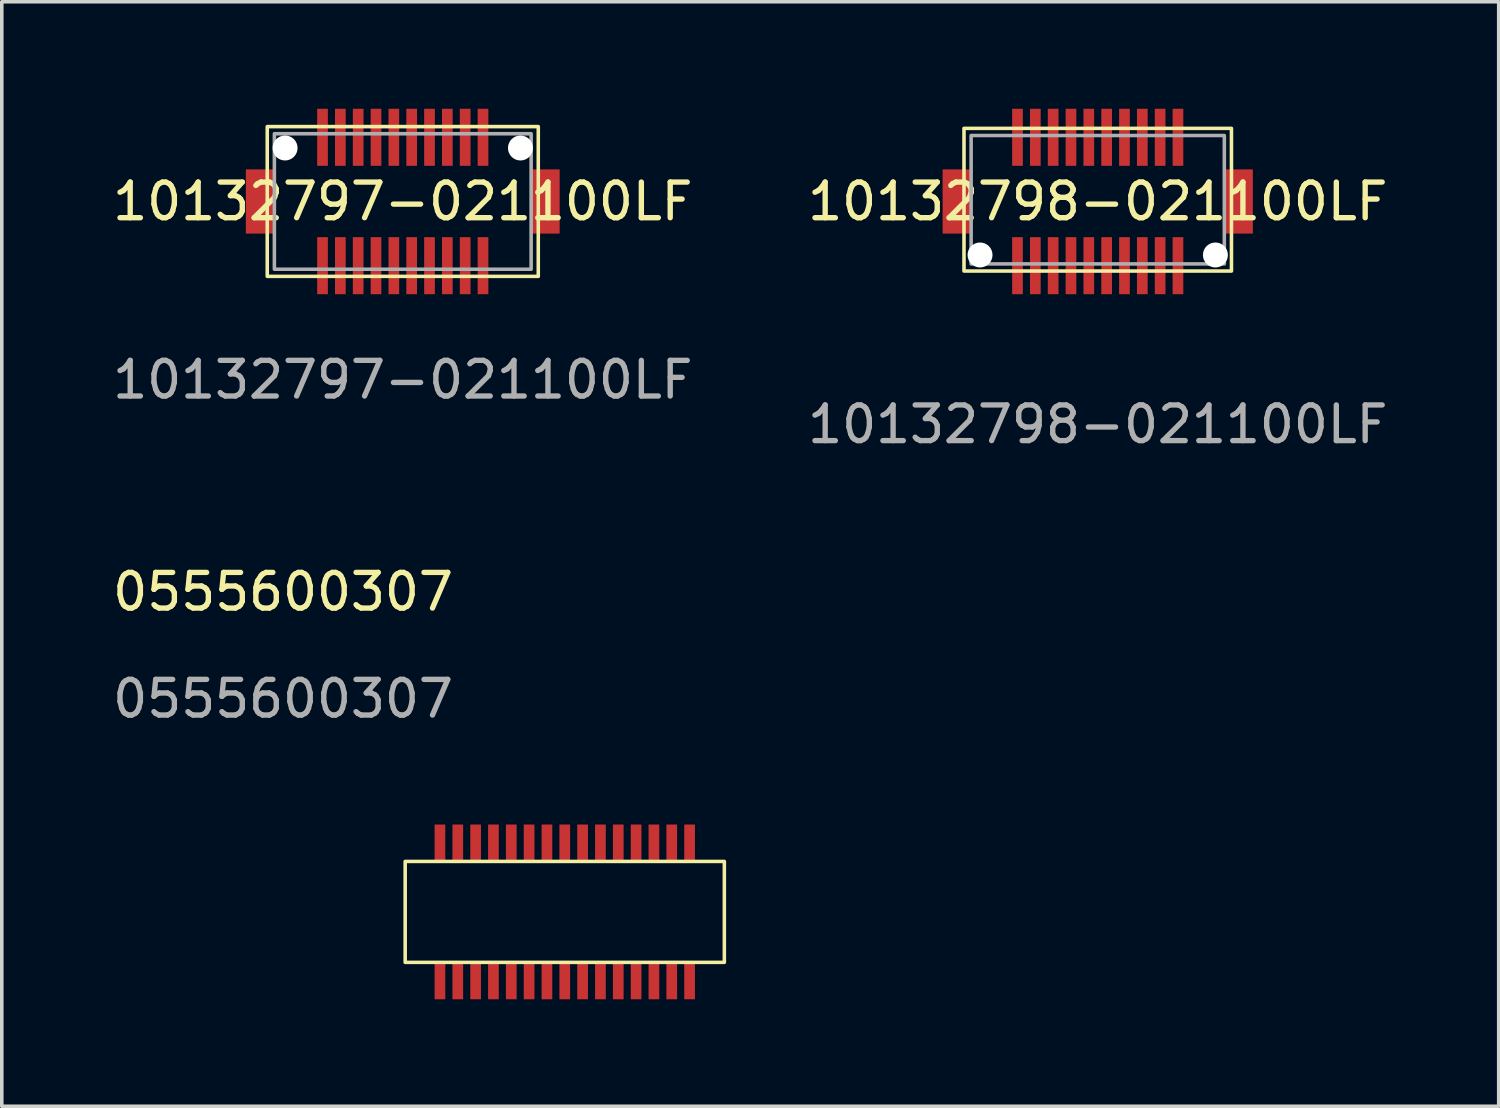
<source format=kicad_pcb>
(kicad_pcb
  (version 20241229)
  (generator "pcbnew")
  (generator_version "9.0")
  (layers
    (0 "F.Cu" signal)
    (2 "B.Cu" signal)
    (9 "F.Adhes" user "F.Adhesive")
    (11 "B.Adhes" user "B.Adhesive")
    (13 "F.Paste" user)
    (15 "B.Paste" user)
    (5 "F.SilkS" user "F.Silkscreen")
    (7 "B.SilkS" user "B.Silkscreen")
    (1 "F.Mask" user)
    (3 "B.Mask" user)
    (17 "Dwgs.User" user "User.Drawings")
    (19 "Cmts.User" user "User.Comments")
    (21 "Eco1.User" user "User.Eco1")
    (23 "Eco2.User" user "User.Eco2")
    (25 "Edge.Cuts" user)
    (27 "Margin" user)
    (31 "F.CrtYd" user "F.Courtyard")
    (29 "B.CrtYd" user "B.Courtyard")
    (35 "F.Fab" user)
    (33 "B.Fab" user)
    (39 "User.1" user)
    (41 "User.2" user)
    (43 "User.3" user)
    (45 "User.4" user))
  (footprint "10132797-021100LF"
    (layer "F.Cu")
    (at 8.244 2.6)
    (property "Reference" "10132797-021100LF" (at 0 0 0) (unlocked yes) (layer "F.SilkS") (effects (font (size 1 1) (thickness 0.15))))
    (attr smd)
    (fp_rect (start -3.8 2.1) (end 3.8 -2.1) (stroke (width 0.1) (type solid)) (fill no) (layer "F.SilkS"))
    (fp_rect (start -3.6 1.9) (end 3.6 -1.9) (stroke (width 0.1) (type solid)) (fill no) (layer "F.Fab"))
    (fp_text user "${REFERENCE}" (at 0 5 0) (unlocked yes) (layer "F.Fab") (effects (font (size 1 1) (thickness 0.15))))
    (pad "" np_thru_hole circle (at -3.3 -1.5) (size 0.7 0.7) (drill 0.7) (layers "*.Cu" "*.Mask"))
    (pad "" np_thru_hole circle (at 3.3 -1.5) (size 0.7 0.7) (drill 0.7) (layers "*.Cu" "*.Mask"))
    (pad "1" smd rect (at -2.25 1.8) (size 0.3 1.6) (layers "F.Cu" "F.Mask" "F.Paste"))
    (pad "2" smd rect (at -1.75 1.8) (size 0.3 1.6) (layers "F.Cu" "F.Mask" "F.Paste"))
    (pad "3" smd rect (at -1.25 1.8) (size 0.3 1.6) (layers "F.Cu" "F.Mask" "F.Paste"))
    (pad "4" smd rect (at -0.75 1.8) (size 0.3 1.6) (layers "F.Cu" "F.Mask" "F.Paste"))
    (pad "5" smd rect (at -0.25 1.8) (size 0.3 1.6) (layers "F.Cu" "F.Mask" "F.Paste"))
    (pad "6" smd rect (at 0.25 1.8) (size 0.3 1.6) (layers "F.Cu" "F.Mask" "F.Paste"))
    (pad "7" smd rect (at 0.75 1.8) (size 0.3 1.6) (layers "F.Cu" "F.Mask" "F.Paste"))
    (pad "8" smd rect (at 1.25 1.8) (size 0.3 1.6) (layers "F.Cu" "F.Mask" "F.Paste"))
    (pad "9" smd rect (at 1.75 1.8) (size 0.3 1.6) (layers "F.Cu" "F.Mask" "F.Paste"))
    (pad "10" smd rect (at 2.25 1.8) (size 0.3 1.6) (layers "F.Cu" "F.Mask" "F.Paste"))
    (pad "11" smd rect (at 2.25 -1.8) (size 0.3 1.6) (layers "F.Cu" "F.Mask" "F.Paste"))
    (pad "12" smd rect (at 1.75 -1.8) (size 0.3 1.6) (layers "F.Cu" "F.Mask" "F.Paste"))
    (pad "13" smd rect (at 1.25 -1.8) (size 0.3 1.6) (layers "F.Cu" "F.Mask" "F.Paste"))
    (pad "14" smd rect (at 0.75 -1.8) (size 0.3 1.6) (layers "F.Cu" "F.Mask" "F.Paste"))
    (pad "15" smd rect (at 0.25 -1.8) (size 0.3 1.6) (layers "F.Cu" "F.Mask" "F.Paste"))
    (pad "16" smd rect (at -0.25 -1.8) (size 0.3 1.6) (layers "F.Cu" "F.Mask" "F.Paste"))
    (pad "17" smd rect (at -0.75 -1.8) (size 0.3 1.6) (layers "F.Cu" "F.Mask" "F.Paste"))
    (pad "18" smd rect (at -1.25 -1.8) (size 0.3 1.6) (layers "F.Cu" "F.Mask" "F.Paste"))
    (pad "19" smd rect (at -1.75 -1.8) (size 0.3 1.6) (layers "F.Cu" "F.Mask" "F.Paste"))
    (pad "20" smd rect (at -2.25 -1.8) (size 0.3 1.6) (layers "F.Cu" "F.Mask" "F.Paste"))
    (pad "MP" smd rect (at -4 0) (size 0.8 1.8) (layers "F.Cu" "F.Mask" "F.Paste"))
    (pad "MP" smd rect (at 4 0) (size 0.8 1.8) (layers "F.Cu" "F.Mask" "F.Paste")))
  (footprint "10132798-021100LF"
    (layer "F.Cu")
    (at 27.732 2.6)
    (property "Reference" "10132798-021100LF" (at 0 0 0) (unlocked yes) (layer "F.SilkS") (effects (font (size 1 1) (thickness 0.15))))
    (attr smd)
    (fp_rect (start -3.75 -2.05) (end 3.75 1.95) (stroke (width 0.1) (type solid)) (fill no) (layer "F.SilkS"))
    (fp_rect (start -3.55 -1.85) (end 3.55 1.75) (stroke (width 0.1) (type solid)) (fill no) (layer "F.Fab"))
    (fp_text user "${REFERENCE}" (at 0 6.25 0) (unlocked yes) (layer "F.Fab") (effects (font (size 1 1) (thickness 0.15))))
    (pad "" np_thru_hole circle (at -3.3 1.5) (size 0.7 0.7) (drill 0.7) (layers "*.Cu" "*.Mask"))
    (pad "" np_thru_hole circle (at 3.3 1.5) (size 0.7 0.7) (drill 0.7) (layers "*.Cu" "*.Mask"))
    (pad "1" smd rect (at -2.25 -1.8) (size 0.3 1.6) (layers "F.Cu" "F.Mask" "F.Paste"))
    (pad "2" smd rect (at -1.75 -1.8) (size 0.3 1.6) (layers "F.Cu" "F.Mask" "F.Paste"))
    (pad "3" smd rect (at -1.25 -1.8) (size 0.3 1.6) (layers "F.Cu" "F.Mask" "F.Paste"))
    (pad "4" smd rect (at -0.75 -1.8) (size 0.3 1.6) (layers "F.Cu" "F.Mask" "F.Paste"))
    (pad "5" smd rect (at -0.25 -1.8) (size 0.3 1.6) (layers "F.Cu" "F.Mask" "F.Paste"))
    (pad "6" smd rect (at 0.25 -1.8) (size 0.3 1.6) (layers "F.Cu" "F.Mask" "F.Paste"))
    (pad "7" smd rect (at 0.75 -1.8) (size 0.3 1.6) (layers "F.Cu" "F.Mask" "F.Paste"))
    (pad "8" smd rect (at 1.25 -1.8) (size 0.3 1.6) (layers "F.Cu" "F.Mask" "F.Paste"))
    (pad "9" smd rect (at 1.75 -1.8) (size 0.3 1.6) (layers "F.Cu" "F.Mask" "F.Paste"))
    (pad "10" smd rect (at 2.25 -1.8) (size 0.3 1.6) (layers "F.Cu" "F.Mask" "F.Paste"))
    (pad "11" smd rect (at 2.25 1.8) (size 0.3 1.6) (layers "F.Cu" "F.Mask" "F.Paste"))
    (pad "12" smd rect (at 1.75 1.8) (size 0.3 1.6) (layers "F.Cu" "F.Mask" "F.Paste"))
    (pad "13" smd rect (at 1.25 1.8) (size 0.3 1.6) (layers "F.Cu" "F.Mask" "F.Paste"))
    (pad "14" smd rect (at 0.75 1.8) (size 0.3 1.6) (layers "F.Cu" "F.Mask" "F.Paste"))
    (pad "15" smd rect (at 0.25 1.8) (size 0.3 1.6) (layers "F.Cu" "F.Mask" "F.Paste"))
    (pad "16" smd rect (at -0.25 1.8) (size 0.3 1.6) (layers "F.Cu" "F.Mask" "F.Paste"))
    (pad "17" smd rect (at -0.75 1.8) (size 0.3 1.6) (layers "F.Cu" "F.Mask" "F.Paste"))
    (pad "18" smd rect (at -1.25 1.8) (size 0.3 1.6) (layers "F.Cu" "F.Mask" "F.Paste"))
    (pad "19" smd rect (at -1.75 1.8) (size 0.3 1.6) (layers "F.Cu" "F.Mask" "F.Paste"))
    (pad "20" smd rect (at -2.25 1.8) (size 0.3 1.6) (layers "F.Cu" "F.Mask" "F.Paste"))
    (pad "MP" smd rect (at -3.95 0) (size 0.8 1.8) (layers "F.Cu" "F.Mask" "F.Paste"))
    (pad "MP" smd rect (at 3.95 0) (size 0.8 1.8) (layers "F.Cu" "F.Mask" "F.Paste")))
  (footprint "0555600307"
    (layer "F.Cu")
    (at 12.787 22.521)
    (property "Reference" "0555600307" (at -7.9 -8.975 0) (unlocked yes) (layer "F.SilkS") (effects (font (size 1 1) (thickness 0.15))))
    (attr smd)
    (fp_rect (start 4.475 1.415) (end -4.475 -1.415) (stroke (width 0.1) (type solid)) (fill no) (layer "F.SilkS"))
    (fp_text user "${REFERENCE}" (at -7.9 -5.975 0) (unlocked yes) (layer "F.Fab") (effects (font (size 1 1) (thickness 0.15))))
    (pad "1" smd rect (at -3.5 1.95) (size 0.3 1) (layers "F.Cu" "F.Mask" "F.Paste"))
    (pad "2" smd rect (at -3.5 -1.95) (size 0.3 1) (layers "F.Cu" "F.Mask" "F.Paste"))
    (pad "3" smd rect (at -3 1.95) (size 0.3 1) (layers "F.Cu" "F.Mask" "F.Paste"))
    (pad "4" smd rect (at -3 -1.95) (size 0.3 1) (layers "F.Cu" "F.Mask" "F.Paste"))
    (pad "5" smd rect (at -2.5 1.95) (size 0.3 1) (layers "F.Cu" "F.Mask" "F.Paste"))
    (pad "6" smd rect (at -2.5 -1.95) (size 0.3 1) (layers "F.Cu" "F.Mask" "F.Paste"))
    (pad "7" smd rect (at -2 1.95) (size 0.3 1) (layers "F.Cu" "F.Mask" "F.Paste"))
    (pad "8" smd rect (at -2 -1.95) (size 0.3 1) (layers "F.Cu" "F.Mask" "F.Paste"))
    (pad "9" smd rect (at -1.5 1.95) (size 0.3 1) (layers "F.Cu" "F.Mask" "F.Paste"))
    (pad "10" smd rect (at -1.5 -1.95) (size 0.3 1) (layers "F.Cu" "F.Mask" "F.Paste"))
    (pad "11" smd rect (at -1 1.95) (size 0.3 1) (layers "F.Cu" "F.Mask" "F.Paste"))
    (pad "12" smd rect (at -1 -1.95) (size 0.3 1) (layers "F.Cu" "F.Mask" "F.Paste"))
    (pad "13" smd rect (at -0.5 1.95) (size 0.3 1) (layers "F.Cu" "F.Mask" "F.Paste"))
    (pad "14" smd rect (at -0.5 -1.95) (size 0.3 1) (layers "F.Cu" "F.Mask" "F.Paste"))
    (pad "15" smd rect (at 0 1.95) (size 0.3 1) (layers "F.Cu" "F.Mask" "F.Paste"))
    (pad "16" smd rect (at 0 -1.95) (size 0.3 1) (layers "F.Cu" "F.Mask" "F.Paste"))
    (pad "17" smd rect (at 0.5 1.95) (size 0.3 1) (layers "F.Cu" "F.Mask" "F.Paste"))
    (pad "18" smd rect (at 0.5 -1.95) (size 0.3 1) (layers "F.Cu" "F.Mask" "F.Paste"))
    (pad "19" smd rect (at 1 1.95) (size 0.3 1) (layers "F.Cu" "F.Mask" "F.Paste"))
    (pad "20" smd rect (at 1 -1.95) (size 0.3 1) (layers "F.Cu" "F.Mask" "F.Paste"))
    (pad "21" smd rect (at 1.5 1.95) (size 0.3 1) (layers "F.Cu" "F.Mask" "F.Paste"))
    (pad "22" smd rect (at 1.5 -1.95) (size 0.3 1) (layers "F.Cu" "F.Mask" "F.Paste"))
    (pad "23" smd rect (at 2 1.95) (size 0.3 1) (layers "F.Cu" "F.Mask" "F.Paste"))
    (pad "24" smd rect (at 2 -1.95) (size 0.3 1) (layers "F.Cu" "F.Mask" "F.Paste"))
    (pad "25" smd rect (at 2.5 1.95) (size 0.3 1) (layers "F.Cu" "F.Mask" "F.Paste"))
    (pad "26" smd rect (at 2.5 -1.95) (size 0.3 1) (layers "F.Cu" "F.Mask" "F.Paste"))
    (pad "27" smd rect (at 3 1.95) (size 0.3 1) (layers "F.Cu" "F.Mask" "F.Paste"))
    (pad "28" smd rect (at 3 -1.95) (size 0.3 1) (layers "F.Cu" "F.Mask" "F.Paste"))
    (pad "29" smd rect (at 3.5 1.95) (size 0.3 1) (layers "F.Cu" "F.Mask" "F.Paste"))
    (pad "30" smd rect (at 3.5 -1.95) (size 0.3 1) (layers "F.Cu" "F.Mask" "F.Paste")))
  (gr_rect
    (start -3 -3)
    (end 38.976 27.971)
    (stroke (width 0.1) (type default))
    (fill no)
    (layer "Edge.Cuts")))
</source>
